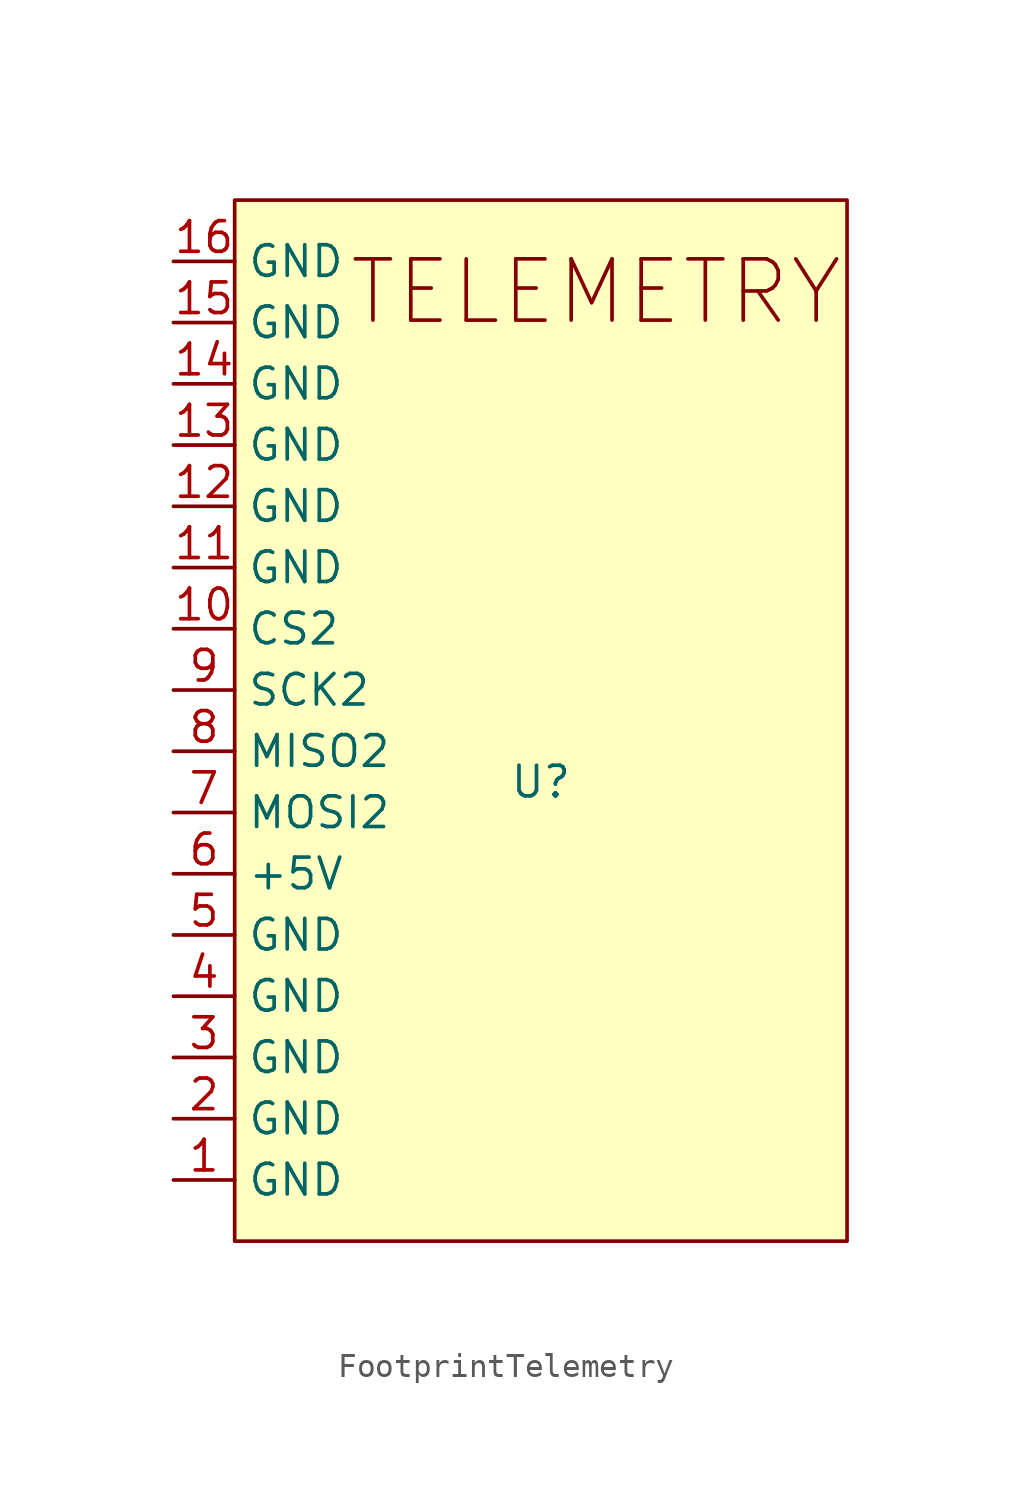
<source format=kicad_sym>
(kicad_symbol_lib
  (version 20241209)
  (generator "kicad_symbol_editor")
  (generator_version "9.0")
  (symbol "FootprintTelemetry"
    (property "Reference" "U"
      (at 0 -2.54 0)
      (effects (font (size 1.27 1.27))))
    (property "Value" ""
      (at 0 0 0)
      (effects (font (size 1.27 1.27))))
    (symbol "FootprintTelemetry_1_1"
      (rectangle (start -12.7 21.59) (end 12.7 -21.59) (stroke (width 0) (type solid)) (fill (type color) (color 255 255 194 1)))
      (text "TELEMETRY" (at 2.286 17.78 0) (effects (font (size 2.54 2.54))))
      (pin power_in line (at -15.24 19.05 0) (length 2.54) (name "GND" (effects (font (size 1.27 1.27)))) (number "16" (effects (font (size 1.27 1.27)))))
      (pin power_in line (at -15.24 16.51 0) (length 2.54) (name "GND" (effects (font (size 1.27 1.27)))) (number "15" (effects (font (size 1.27 1.27)))))
      (pin power_in line (at -15.24 13.97 0) (length 2.54) (name "GND" (effects (font (size 1.27 1.27)))) (number "14" (effects (font (size 1.27 1.27)))))
      (pin power_in line (at -15.24 11.43 0) (length 2.54) (name "GND" (effects (font (size 1.27 1.27)))) (number "13" (effects (font (size 1.27 1.27)))))
      (pin power_in line (at -15.24 8.89 0) (length 2.54) (name "GND" (effects (font (size 1.27 1.27)))) (number "12" (effects (font (size 1.27 1.27)))))
      (pin power_in line (at -15.24 6.35 0) (length 2.54) (name "GND" (effects (font (size 1.27 1.27)))) (number "11" (effects (font (size 1.27 1.27)))))
      (pin bidirectional line (at -15.24 3.81 0) (length 2.54) (name "CS2" (effects (font (size 1.27 1.27)))) (number "10" (effects (font (size 1.27 1.27)))))
      (pin bidirectional line (at -15.24 1.27 0) (length 2.54) (name "SCK2" (effects (font (size 1.27 1.27)))) (number "9" (effects (font (size 1.27 1.27)))))
      (pin bidirectional line (at -15.24 -1.27 0) (length 2.54) (name "MISO2" (effects (font (size 1.27 1.27)))) (number "8" (effects (font (size 1.27 1.27)))))
      (pin bidirectional line (at -15.24 -3.81 0) (length 2.54) (name "MOSI2" (effects (font (size 1.27 1.27)))) (number "7" (effects (font (size 1.27 1.27)))))
      (pin power_in line (at -15.24 -6.35 0) (length 2.54) (name "+5V" (effects (font (size 1.27 1.27)))) (number "6" (effects (font (size 1.27 1.27)))))
      (pin power_in line (at -15.24 -8.89 0) (length 2.54) (name "GND" (effects (font (size 1.27 1.27)))) (number "5" (effects (font (size 1.27 1.27)))))
      (pin power_in line (at -15.24 -11.43 0) (length 2.54) (name "GND" (effects (font (size 1.27 1.27)))) (number "4" (effects (font (size 1.27 1.27)))))
      (pin power_in line (at -15.24 -13.97 0) (length 2.54) (name "GND" (effects (font (size 1.27 1.27)))) (number "3" (effects (font (size 1.27 1.27)))))
      (pin power_in line (at -15.24 -16.51 0) (length 2.54) (name "GND" (effects (font (size 1.27 1.27)))) (number "2" (effects (font (size 1.27 1.27)))))
      (pin power_in line (at -15.24 -19.05 0) (length 2.54) (name "GND" (effects (font (size 1.27 1.27)))) (number "1" (effects (font (size 1.27 1.27))))))))
</source>
